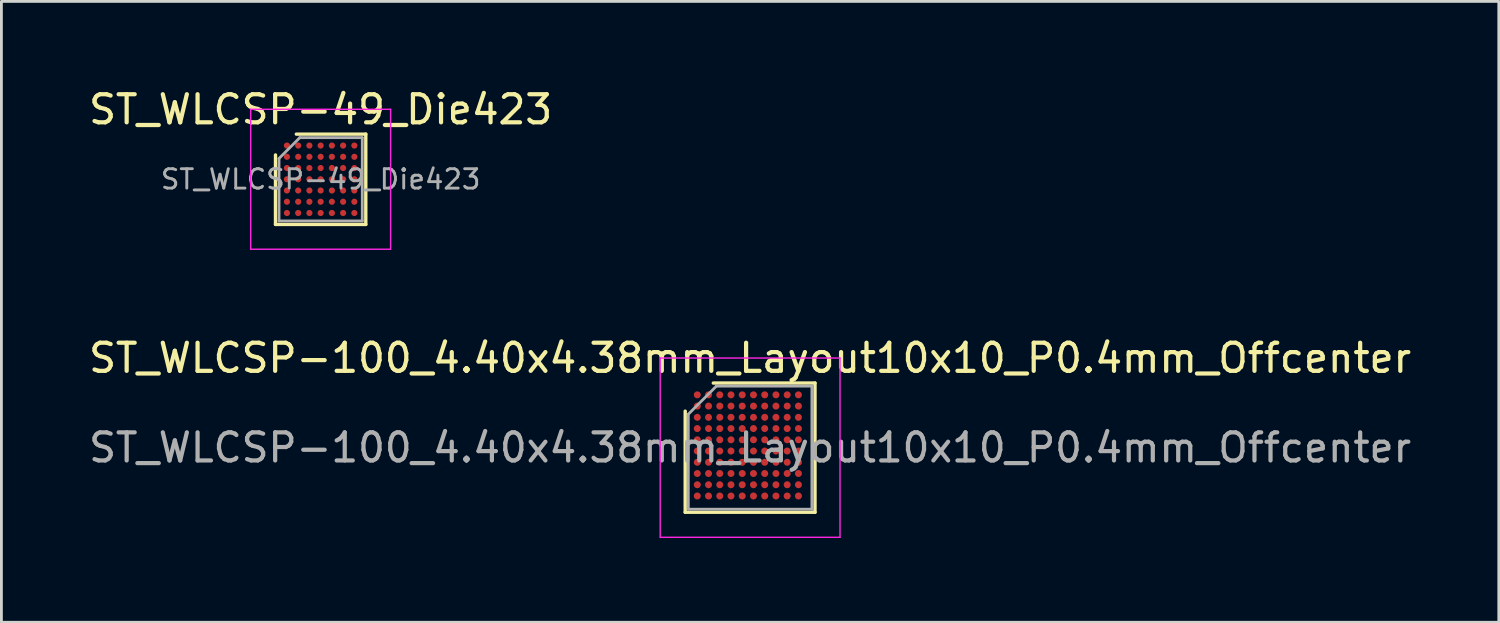
<source format=kicad_pcb>
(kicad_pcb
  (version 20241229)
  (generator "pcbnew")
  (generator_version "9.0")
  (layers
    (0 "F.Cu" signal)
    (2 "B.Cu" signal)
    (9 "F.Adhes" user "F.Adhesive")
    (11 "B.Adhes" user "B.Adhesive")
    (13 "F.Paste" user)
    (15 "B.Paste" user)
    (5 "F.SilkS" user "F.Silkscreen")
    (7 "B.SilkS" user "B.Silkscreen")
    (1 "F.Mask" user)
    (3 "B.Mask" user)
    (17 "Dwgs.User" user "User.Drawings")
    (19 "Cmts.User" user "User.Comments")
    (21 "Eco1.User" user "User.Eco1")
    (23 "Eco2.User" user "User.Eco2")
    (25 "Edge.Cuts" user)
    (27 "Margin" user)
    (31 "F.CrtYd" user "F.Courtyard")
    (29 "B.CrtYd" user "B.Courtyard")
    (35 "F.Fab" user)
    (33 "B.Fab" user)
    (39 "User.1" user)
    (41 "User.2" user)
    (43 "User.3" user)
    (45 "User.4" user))
  (footprint "ST_WLCSP-49_Die423"
    (layer "F.Cu")
    (at 8.363 3.331)
    (property "Reference" "ST_WLCSP-49_Die423" (at 0 -2.482 0) (layer "F.SilkS") (effects (font (size 1 1) (thickness 0.15))))
    (attr smd)
    (fp_line (start -1.607 1.607) (end -1.607 -0.866) (stroke (width 0.12) (type solid)) (layer "F.SilkS"))
    (fp_line (start -0.866 -1.607) (end 1.607 -1.607) (stroke (width 0.12) (type solid)) (layer "F.SilkS"))
    (fp_line (start 1.607 -1.607) (end 1.607 1.607) (stroke (width 0.12) (type solid)) (layer "F.SilkS"))
    (fp_line (start 1.607 1.607) (end -1.607 1.607) (stroke (width 0.12) (type solid)) (layer "F.SilkS"))
    (fp_line (start -2.49 -2.49) (end -2.49 2.49) (stroke (width 0.05) (type solid)) (layer "F.CrtYd"))
    (fp_line (start -2.49 2.49) (end 2.49 2.49) (stroke (width 0.05) (type solid)) (layer "F.CrtYd"))
    (fp_line (start 2.49 -2.49) (end -2.49 -2.49) (stroke (width 0.05) (type solid)) (layer "F.CrtYd"))
    (fp_line (start 2.49 2.49) (end 2.49 -2.49) (stroke (width 0.05) (type solid)) (layer "F.CrtYd"))
    (fp_line (start -1.482 -0.741) (end -0.741 -1.482) (stroke (width 0.1) (type solid)) (layer "F.Fab"))
    (fp_line (start -1.482 1.482) (end -1.482 -0.741) (stroke (width 0.1) (type solid)) (layer "F.Fab"))
    (fp_line (start -0.741 -1.482) (end 1.482 -1.482) (stroke (width 0.1) (type solid)) (layer "F.Fab"))
    (fp_line (start 1.482 -1.482) (end 1.482 1.482) (stroke (width 0.1) (type solid)) (layer "F.Fab"))
    (fp_line (start 1.482 1.482) (end -1.482 1.482) (stroke (width 0.1) (type solid)) (layer "F.Fab"))
    (fp_text user "${REFERENCE}" (at 0 0 0) (layer "F.Fab") (effects (font (size 0.69 0.69) (thickness 0.103))))
    (pad "A1" smd circle (at -1.2 -1.2) (size 0.22 0.22) (layers "F.Cu" "F.Mask" "F.Paste"))
    (pad "A2" smd circle (at -0.8 -1.2) (size 0.22 0.22) (layers "F.Cu" "F.Mask" "F.Paste"))
    (pad "A3" smd circle (at -0.4 -1.2) (size 0.22 0.22) (layers "F.Cu" "F.Mask" "F.Paste"))
    (pad "A4" smd circle (at 0 -1.2) (size 0.22 0.22) (layers "F.Cu" "F.Mask" "F.Paste"))
    (pad "A5" smd circle (at 0.4 -1.2) (size 0.22 0.22) (layers "F.Cu" "F.Mask" "F.Paste"))
    (pad "A6" smd circle (at 0.8 -1.2) (size 0.22 0.22) (layers "F.Cu" "F.Mask" "F.Paste"))
    (pad "A7" smd circle (at 1.2 -1.2) (size 0.22 0.22) (layers "F.Cu" "F.Mask" "F.Paste"))
    (pad "B1" smd circle (at -1.2 -0.8) (size 0.22 0.22) (layers "F.Cu" "F.Mask" "F.Paste"))
    (pad "B2" smd circle (at -0.8 -0.8) (size 0.22 0.22) (layers "F.Cu" "F.Mask" "F.Paste"))
    (pad "B3" smd circle (at -0.4 -0.8) (size 0.22 0.22) (layers "F.Cu" "F.Mask" "F.Paste"))
    (pad "B4" smd circle (at 0 -0.8) (size 0.22 0.22) (layers "F.Cu" "F.Mask" "F.Paste"))
    (pad "B5" smd circle (at 0.4 -0.8) (size 0.22 0.22) (layers "F.Cu" "F.Mask" "F.Paste"))
    (pad "B6" smd circle (at 0.8 -0.8) (size 0.22 0.22) (layers "F.Cu" "F.Mask" "F.Paste"))
    (pad "B7" smd circle (at 1.2 -0.8) (size 0.22 0.22) (layers "F.Cu" "F.Mask" "F.Paste"))
    (pad "C1" smd circle (at -1.2 -0.4) (size 0.22 0.22) (layers "F.Cu" "F.Mask" "F.Paste"))
    (pad "C2" smd circle (at -0.8 -0.4) (size 0.22 0.22) (layers "F.Cu" "F.Mask" "F.Paste"))
    (pad "C3" smd circle (at -0.4 -0.4) (size 0.22 0.22) (layers "F.Cu" "F.Mask" "F.Paste"))
    (pad "C4" smd circle (at 0 -0.4) (size 0.22 0.22) (layers "F.Cu" "F.Mask" "F.Paste"))
    (pad "C5" smd circle (at 0.4 -0.4) (size 0.22 0.22) (layers "F.Cu" "F.Mask" "F.Paste"))
    (pad "C6" smd circle (at 0.8 -0.4) (size 0.22 0.22) (layers "F.Cu" "F.Mask" "F.Paste"))
    (pad "C7" smd circle (at 1.2 -0.4) (size 0.22 0.22) (layers "F.Cu" "F.Mask" "F.Paste"))
    (pad "D1" smd circle (at -1.2 0) (size 0.22 0.22) (layers "F.Cu" "F.Mask" "F.Paste"))
    (pad "D2" smd circle (at -0.8 0) (size 0.22 0.22) (layers "F.Cu" "F.Mask" "F.Paste"))
    (pad "D3" smd circle (at -0.4 0) (size 0.22 0.22) (layers "F.Cu" "F.Mask" "F.Paste"))
    (pad "D4" smd circle (at 0 0) (size 0.22 0.22) (layers "F.Cu" "F.Mask" "F.Paste"))
    (pad "D5" smd circle (at 0.4 0) (size 0.22 0.22) (layers "F.Cu" "F.Mask" "F.Paste"))
    (pad "D6" smd circle (at 0.8 0) (size 0.22 0.22) (layers "F.Cu" "F.Mask" "F.Paste"))
    (pad "D7" smd circle (at 1.2 0) (size 0.22 0.22) (layers "F.Cu" "F.Mask" "F.Paste"))
    (pad "E1" smd circle (at -1.2 0.4) (size 0.22 0.22) (layers "F.Cu" "F.Mask" "F.Paste"))
    (pad "E2" smd circle (at -0.8 0.4) (size 0.22 0.22) (layers "F.Cu" "F.Mask" "F.Paste"))
    (pad "E3" smd circle (at -0.4 0.4) (size 0.22 0.22) (layers "F.Cu" "F.Mask" "F.Paste"))
    (pad "E4" smd circle (at 0 0.4) (size 0.22 0.22) (layers "F.Cu" "F.Mask" "F.Paste"))
    (pad "E5" smd circle (at 0.4 0.4) (size 0.22 0.22) (layers "F.Cu" "F.Mask" "F.Paste"))
    (pad "E6" smd circle (at 0.8 0.4) (size 0.22 0.22) (layers "F.Cu" "F.Mask" "F.Paste"))
    (pad "E7" smd circle (at 1.2 0.4) (size 0.22 0.22) (layers "F.Cu" "F.Mask" "F.Paste"))
    (pad "F1" smd circle (at -1.2 0.8) (size 0.22 0.22) (layers "F.Cu" "F.Mask" "F.Paste"))
    (pad "F2" smd circle (at -0.8 0.8) (size 0.22 0.22) (layers "F.Cu" "F.Mask" "F.Paste"))
    (pad "F3" smd circle (at -0.4 0.8) (size 0.22 0.22) (layers "F.Cu" "F.Mask" "F.Paste"))
    (pad "F4" smd circle (at 0 0.8) (size 0.22 0.22) (layers "F.Cu" "F.Mask" "F.Paste"))
    (pad "F5" smd circle (at 0.4 0.8) (size 0.22 0.22) (layers "F.Cu" "F.Mask" "F.Paste"))
    (pad "F6" smd circle (at 0.8 0.8) (size 0.22 0.22) (layers "F.Cu" "F.Mask" "F.Paste"))
    (pad "F7" smd circle (at 1.2 0.8) (size 0.22 0.22) (layers "F.Cu" "F.Mask" "F.Paste"))
    (pad "G1" smd circle (at -1.2 1.2) (size 0.22 0.22) (layers "F.Cu" "F.Mask" "F.Paste"))
    (pad "G2" smd circle (at -0.8 1.2) (size 0.22 0.22) (layers "F.Cu" "F.Mask" "F.Paste"))
    (pad "G3" smd circle (at -0.4 1.2) (size 0.22 0.22) (layers "F.Cu" "F.Mask" "F.Paste"))
    (pad "G4" smd circle (at 0 1.2) (size 0.22 0.22) (layers "F.Cu" "F.Mask" "F.Paste"))
    (pad "G5" smd circle (at 0.4 1.2) (size 0.22 0.22) (layers "F.Cu" "F.Mask" "F.Paste"))
    (pad "G6" smd circle (at 0.8 1.2) (size 0.22 0.22) (layers "F.Cu" "F.Mask" "F.Paste"))
    (pad "G7" smd circle (at 1.2 1.2) (size 0.22 0.22) (layers "F.Cu" "F.Mask" "F.Paste")))
  (footprint "ST_WLCSP-100_4.40x4.38mm_Layout10x10_P0.4mm_Offcenter"
    (layer "F.Cu")
    (at 23.649 12.884)
    (property "Reference" "ST_WLCSP-100_4.40x4.38mm_Layout10x10_P0.4mm_Offcenter" (at 0 -3.19 0) (layer "F.SilkS") (effects (font (size 1 1) (thickness 0.15))))
    (attr smd)
    (fp_line (start -2.31 2.3) (end -2.31 -1.3) (stroke (width 0.12) (type solid)) (layer "F.SilkS"))
    (fp_line (start -1.31 -2.3) (end 2.31 -2.3) (stroke (width 0.12) (type solid)) (layer "F.SilkS"))
    (fp_line (start 2.31 -2.3) (end 2.31 2.3) (stroke (width 0.12) (type solid)) (layer "F.SilkS"))
    (fp_line (start 2.31 2.3) (end -2.31 2.3) (stroke (width 0.12) (type solid)) (layer "F.SilkS"))
    (fp_line (start -3.2 -3.19) (end -3.2 3.19) (stroke (width 0.05) (type solid)) (layer "F.CrtYd"))
    (fp_line (start -3.2 3.19) (end 3.2 3.19) (stroke (width 0.05) (type solid)) (layer "F.CrtYd"))
    (fp_line (start 3.2 -3.19) (end -3.2 -3.19) (stroke (width 0.05) (type solid)) (layer "F.CrtYd"))
    (fp_line (start 3.2 3.19) (end 3.2 -3.19) (stroke (width 0.05) (type solid)) (layer "F.CrtYd"))
    (fp_line (start -2.2 -1.19) (end -1.2 -2.19) (stroke (width 0.1) (type solid)) (layer "F.Fab"))
    (fp_line (start -2.2 2.19) (end -2.2 -1.19) (stroke (width 0.1) (type solid)) (layer "F.Fab"))
    (fp_line (start -1.2 -2.19) (end 2.2 -2.19) (stroke (width 0.1) (type solid)) (layer "F.Fab"))
    (fp_line (start 2.2 -2.19) (end 2.2 2.19) (stroke (width 0.1) (type solid)) (layer "F.Fab"))
    (fp_line (start 2.2 2.19) (end -2.2 2.19) (stroke (width 0.1) (type solid)) (layer "F.Fab"))
    (fp_text user "${REFERENCE}" (at 0 0 0) (layer "F.Fab") (effects (font (size 1 1) (thickness 0.15))))
    (pad "A1" smd circle (at -1.88 -1.88) (size 0.25 0.25) (layers "F.Cu" "F.Mask" "F.Paste"))
    (pad "A2" smd circle (at -1.48 -1.88) (size 0.25 0.25) (layers "F.Cu" "F.Mask" "F.Paste"))
    (pad "A3" smd circle (at -1.08 -1.88) (size 0.25 0.25) (layers "F.Cu" "F.Mask" "F.Paste"))
    (pad "A4" smd circle (at -0.68 -1.88) (size 0.25 0.25) (layers "F.Cu" "F.Mask" "F.Paste"))
    (pad "A5" smd circle (at -0.28 -1.88) (size 0.25 0.25) (layers "F.Cu" "F.Mask" "F.Paste"))
    (pad "A6" smd circle (at 0.12 -1.88) (size 0.25 0.25) (layers "F.Cu" "F.Mask" "F.Paste"))
    (pad "A7" smd circle (at 0.52 -1.88) (size 0.25 0.25) (layers "F.Cu" "F.Mask" "F.Paste"))
    (pad "A8" smd circle (at 0.92 -1.88) (size 0.25 0.25) (layers "F.Cu" "F.Mask" "F.Paste"))
    (pad "A9" smd circle (at 1.32 -1.88) (size 0.25 0.25) (layers "F.Cu" "F.Mask" "F.Paste"))
    (pad "A10" smd circle (at 1.72 -1.88) (size 0.25 0.25) (layers "F.Cu" "F.Mask" "F.Paste"))
    (pad "B1" smd circle (at -1.88 -1.48) (size 0.25 0.25) (layers "F.Cu" "F.Mask" "F.Paste"))
    (pad "B2" smd circle (at -1.48 -1.48) (size 0.25 0.25) (layers "F.Cu" "F.Mask" "F.Paste"))
    (pad "B3" smd circle (at -1.08 -1.48) (size 0.25 0.25) (layers "F.Cu" "F.Mask" "F.Paste"))
    (pad "B4" smd circle (at -0.68 -1.48) (size 0.25 0.25) (layers "F.Cu" "F.Mask" "F.Paste"))
    (pad "B5" smd circle (at -0.28 -1.48) (size 0.25 0.25) (layers "F.Cu" "F.Mask" "F.Paste"))
    (pad "B6" smd circle (at 0.12 -1.48) (size 0.25 0.25) (layers "F.Cu" "F.Mask" "F.Paste"))
    (pad "B7" smd circle (at 0.52 -1.48) (size 0.25 0.25) (layers "F.Cu" "F.Mask" "F.Paste"))
    (pad "B8" smd circle (at 0.92 -1.48) (size 0.25 0.25) (layers "F.Cu" "F.Mask" "F.Paste"))
    (pad "B9" smd circle (at 1.32 -1.48) (size 0.25 0.25) (layers "F.Cu" "F.Mask" "F.Paste"))
    (pad "B10" smd circle (at 1.72 -1.48) (size 0.25 0.25) (layers "F.Cu" "F.Mask" "F.Paste"))
    (pad "C1" smd circle (at -1.88 -1.08) (size 0.25 0.25) (layers "F.Cu" "F.Mask" "F.Paste"))
    (pad "C2" smd circle (at -1.48 -1.08) (size 0.25 0.25) (layers "F.Cu" "F.Mask" "F.Paste"))
    (pad "C3" smd circle (at -1.08 -1.08) (size 0.25 0.25) (layers "F.Cu" "F.Mask" "F.Paste"))
    (pad "C4" smd circle (at -0.68 -1.08) (size 0.25 0.25) (layers "F.Cu" "F.Mask" "F.Paste"))
    (pad "C5" smd circle (at -0.28 -1.08) (size 0.25 0.25) (layers "F.Cu" "F.Mask" "F.Paste"))
    (pad "C6" smd circle (at 0.12 -1.08) (size 0.25 0.25) (layers "F.Cu" "F.Mask" "F.Paste"))
    (pad "C7" smd circle (at 0.52 -1.08) (size 0.25 0.25) (layers "F.Cu" "F.Mask" "F.Paste"))
    (pad "C8" smd circle (at 0.92 -1.08) (size 0.25 0.25) (layers "F.Cu" "F.Mask" "F.Paste"))
    (pad "C9" smd circle (at 1.32 -1.08) (size 0.25 0.25) (layers "F.Cu" "F.Mask" "F.Paste"))
    (pad "C10" smd circle (at 1.72 -1.08) (size 0.25 0.25) (layers "F.Cu" "F.Mask" "F.Paste"))
    (pad "D1" smd circle (at -1.88 -0.68) (size 0.25 0.25) (layers "F.Cu" "F.Mask" "F.Paste"))
    (pad "D2" smd circle (at -1.48 -0.68) (size 0.25 0.25) (layers "F.Cu" "F.Mask" "F.Paste"))
    (pad "D3" smd circle (at -1.08 -0.68) (size 0.25 0.25) (layers "F.Cu" "F.Mask" "F.Paste"))
    (pad "D4" smd circle (at -0.68 -0.68) (size 0.25 0.25) (layers "F.Cu" "F.Mask" "F.Paste"))
    (pad "D5" smd circle (at -0.28 -0.68) (size 0.25 0.25) (layers "F.Cu" "F.Mask" "F.Paste"))
    (pad "D6" smd circle (at 0.12 -0.68) (size 0.25 0.25) (layers "F.Cu" "F.Mask" "F.Paste"))
    (pad "D7" smd circle (at 0.52 -0.68) (size 0.25 0.25) (layers "F.Cu" "F.Mask" "F.Paste"))
    (pad "D8" smd circle (at 0.92 -0.68) (size 0.25 0.25) (layers "F.Cu" "F.Mask" "F.Paste"))
    (pad "D9" smd circle (at 1.32 -0.68) (size 0.25 0.25) (layers "F.Cu" "F.Mask" "F.Paste"))
    (pad "D10" smd circle (at 1.72 -0.68) (size 0.25 0.25) (layers "F.Cu" "F.Mask" "F.Paste"))
    (pad "E1" smd circle (at -1.88 -0.28) (size 0.25 0.25) (layers "F.Cu" "F.Mask" "F.Paste"))
    (pad "E2" smd circle (at -1.48 -0.28) (size 0.25 0.25) (layers "F.Cu" "F.Mask" "F.Paste"))
    (pad "E3" smd circle (at -1.08 -0.28) (size 0.25 0.25) (layers "F.Cu" "F.Mask" "F.Paste"))
    (pad "E4" smd circle (at -0.68 -0.28) (size 0.25 0.25) (layers "F.Cu" "F.Mask" "F.Paste"))
    (pad "E5" smd circle (at -0.28 -0.28) (size 0.25 0.25) (layers "F.Cu" "F.Mask" "F.Paste"))
    (pad "E6" smd circle (at 0.12 -0.28) (size 0.25 0.25) (layers "F.Cu" "F.Mask" "F.Paste"))
    (pad "E7" smd circle (at 0.52 -0.28) (size 0.25 0.25) (layers "F.Cu" "F.Mask" "F.Paste"))
    (pad "E8" smd circle (at 0.92 -0.28) (size 0.25 0.25) (layers "F.Cu" "F.Mask" "F.Paste"))
    (pad "E9" smd circle (at 1.32 -0.28) (size 0.25 0.25) (layers "F.Cu" "F.Mask" "F.Paste"))
    (pad "E10" smd circle (at 1.72 -0.28) (size 0.25 0.25) (layers "F.Cu" "F.Mask" "F.Paste"))
    (pad "F1" smd circle (at -1.88 0.12) (size 0.25 0.25) (layers "F.Cu" "F.Mask" "F.Paste"))
    (pad "F2" smd circle (at -1.48 0.12) (size 0.25 0.25) (layers "F.Cu" "F.Mask" "F.Paste"))
    (pad "F3" smd circle (at -1.08 0.12) (size 0.25 0.25) (layers "F.Cu" "F.Mask" "F.Paste"))
    (pad "F4" smd circle (at -0.68 0.12) (size 0.25 0.25) (layers "F.Cu" "F.Mask" "F.Paste"))
    (pad "F5" smd circle (at -0.28 0.12) (size 0.25 0.25) (layers "F.Cu" "F.Mask" "F.Paste"))
    (pad "F6" smd circle (at 0.12 0.12) (size 0.25 0.25) (layers "F.Cu" "F.Mask" "F.Paste"))
    (pad "F7" smd circle (at 0.52 0.12) (size 0.25 0.25) (layers "F.Cu" "F.Mask" "F.Paste"))
    (pad "F8" smd circle (at 0.92 0.12) (size 0.25 0.25) (layers "F.Cu" "F.Mask" "F.Paste"))
    (pad "F9" smd circle (at 1.32 0.12) (size 0.25 0.25) (layers "F.Cu" "F.Mask" "F.Paste"))
    (pad "F10" smd circle (at 1.72 0.12) (size 0.25 0.25) (layers "F.Cu" "F.Mask" "F.Paste"))
    (pad "G1" smd circle (at -1.88 0.52) (size 0.25 0.25) (layers "F.Cu" "F.Mask" "F.Paste"))
    (pad "G2" smd circle (at -1.48 0.52) (size 0.25 0.25) (layers "F.Cu" "F.Mask" "F.Paste"))
    (pad "G3" smd circle (at -1.08 0.52) (size 0.25 0.25) (layers "F.Cu" "F.Mask" "F.Paste"))
    (pad "G4" smd circle (at -0.68 0.52) (size 0.25 0.25) (layers "F.Cu" "F.Mask" "F.Paste"))
    (pad "G5" smd circle (at -0.28 0.52) (size 0.25 0.25) (layers "F.Cu" "F.Mask" "F.Paste"))
    (pad "G6" smd circle (at 0.12 0.52) (size 0.25 0.25) (layers "F.Cu" "F.Mask" "F.Paste"))
    (pad "G7" smd circle (at 0.52 0.52) (size 0.25 0.25) (layers "F.Cu" "F.Mask" "F.Paste"))
    (pad "G8" smd circle (at 0.92 0.52) (size 0.25 0.25) (layers "F.Cu" "F.Mask" "F.Paste"))
    (pad "G9" smd circle (at 1.32 0.52) (size 0.25 0.25) (layers "F.Cu" "F.Mask" "F.Paste"))
    (pad "G10" smd circle (at 1.72 0.52) (size 0.25 0.25) (layers "F.Cu" "F.Mask" "F.Paste"))
    (pad "H1" smd circle (at -1.88 0.92) (size 0.25 0.25) (layers "F.Cu" "F.Mask" "F.Paste"))
    (pad "H2" smd circle (at -1.48 0.92) (size 0.25 0.25) (layers "F.Cu" "F.Mask" "F.Paste"))
    (pad "H3" smd circle (at -1.08 0.92) (size 0.25 0.25) (layers "F.Cu" "F.Mask" "F.Paste"))
    (pad "H4" smd circle (at -0.68 0.92) (size 0.25 0.25) (layers "F.Cu" "F.Mask" "F.Paste"))
    (pad "H5" smd circle (at -0.28 0.92) (size 0.25 0.25) (layers "F.Cu" "F.Mask" "F.Paste"))
    (pad "H6" smd circle (at 0.12 0.92) (size 0.25 0.25) (layers "F.Cu" "F.Mask" "F.Paste"))
    (pad "H7" smd circle (at 0.52 0.92) (size 0.25 0.25) (layers "F.Cu" "F.Mask" "F.Paste"))
    (pad "H8" smd circle (at 0.92 0.92) (size 0.25 0.25) (layers "F.Cu" "F.Mask" "F.Paste"))
    (pad "H9" smd circle (at 1.32 0.92) (size 0.25 0.25) (layers "F.Cu" "F.Mask" "F.Paste"))
    (pad "H10" smd circle (at 1.72 0.92) (size 0.25 0.25) (layers "F.Cu" "F.Mask" "F.Paste"))
    (pad "J1" smd circle (at -1.88 1.32) (size 0.25 0.25) (layers "F.Cu" "F.Mask" "F.Paste"))
    (pad "J2" smd circle (at -1.48 1.32) (size 0.25 0.25) (layers "F.Cu" "F.Mask" "F.Paste"))
    (pad "J3" smd circle (at -1.08 1.32) (size 0.25 0.25) (layers "F.Cu" "F.Mask" "F.Paste"))
    (pad "J4" smd circle (at -0.68 1.32) (size 0.25 0.25) (layers "F.Cu" "F.Mask" "F.Paste"))
    (pad "J5" smd circle (at -0.28 1.32) (size 0.25 0.25) (layers "F.Cu" "F.Mask" "F.Paste"))
    (pad "J6" smd circle (at 0.12 1.32) (size 0.25 0.25) (layers "F.Cu" "F.Mask" "F.Paste"))
    (pad "J7" smd circle (at 0.52 1.32) (size 0.25 0.25) (layers "F.Cu" "F.Mask" "F.Paste"))
    (pad "J8" smd circle (at 0.92 1.32) (size 0.25 0.25) (layers "F.Cu" "F.Mask" "F.Paste"))
    (pad "J9" smd circle (at 1.32 1.32) (size 0.25 0.25) (layers "F.Cu" "F.Mask" "F.Paste"))
    (pad "J10" smd circle (at 1.72 1.32) (size 0.25 0.25) (layers "F.Cu" "F.Mask" "F.Paste"))
    (pad "K1" smd circle (at -1.88 1.72) (size 0.25 0.25) (layers "F.Cu" "F.Mask" "F.Paste"))
    (pad "K2" smd circle (at -1.48 1.72) (size 0.25 0.25) (layers "F.Cu" "F.Mask" "F.Paste"))
    (pad "K3" smd circle (at -1.08 1.72) (size 0.25 0.25) (layers "F.Cu" "F.Mask" "F.Paste"))
    (pad "K4" smd circle (at -0.68 1.72) (size 0.25 0.25) (layers "F.Cu" "F.Mask" "F.Paste"))
    (pad "K5" smd circle (at -0.28 1.72) (size 0.25 0.25) (layers "F.Cu" "F.Mask" "F.Paste"))
    (pad "K6" smd circle (at 0.12 1.72) (size 0.25 0.25) (layers "F.Cu" "F.Mask" "F.Paste"))
    (pad "K7" smd circle (at 0.52 1.72) (size 0.25 0.25) (layers "F.Cu" "F.Mask" "F.Paste"))
    (pad "K8" smd circle (at 0.92 1.72) (size 0.25 0.25) (layers "F.Cu" "F.Mask" "F.Paste"))
    (pad "K9" smd circle (at 1.32 1.72) (size 0.25 0.25) (layers "F.Cu" "F.Mask" "F.Paste"))
    (pad "K10" smd circle (at 1.72 1.72) (size 0.25 0.25) (layers "F.Cu" "F.Mask" "F.Paste")))
  (gr_rect
    (start -3 -3)
    (end 50.298 19.099)
    (stroke (width 0.1) (type default))
    (fill no)
    (layer "Edge.Cuts")))
</source>
